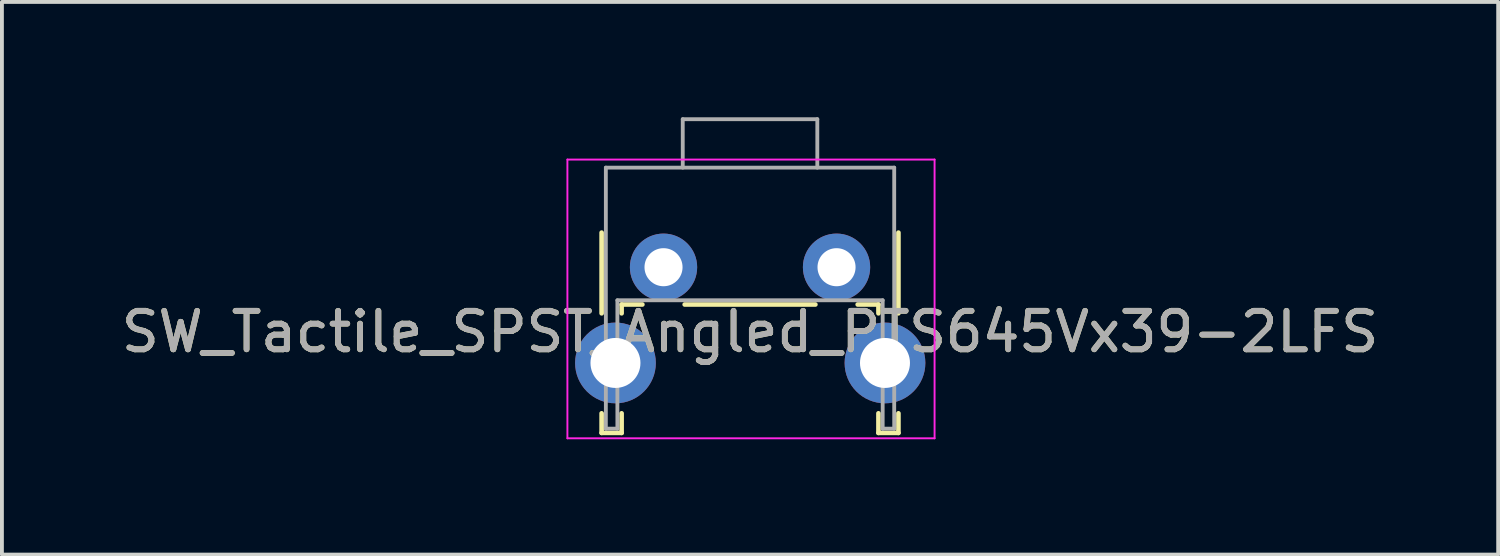
<source format=kicad_pcb>
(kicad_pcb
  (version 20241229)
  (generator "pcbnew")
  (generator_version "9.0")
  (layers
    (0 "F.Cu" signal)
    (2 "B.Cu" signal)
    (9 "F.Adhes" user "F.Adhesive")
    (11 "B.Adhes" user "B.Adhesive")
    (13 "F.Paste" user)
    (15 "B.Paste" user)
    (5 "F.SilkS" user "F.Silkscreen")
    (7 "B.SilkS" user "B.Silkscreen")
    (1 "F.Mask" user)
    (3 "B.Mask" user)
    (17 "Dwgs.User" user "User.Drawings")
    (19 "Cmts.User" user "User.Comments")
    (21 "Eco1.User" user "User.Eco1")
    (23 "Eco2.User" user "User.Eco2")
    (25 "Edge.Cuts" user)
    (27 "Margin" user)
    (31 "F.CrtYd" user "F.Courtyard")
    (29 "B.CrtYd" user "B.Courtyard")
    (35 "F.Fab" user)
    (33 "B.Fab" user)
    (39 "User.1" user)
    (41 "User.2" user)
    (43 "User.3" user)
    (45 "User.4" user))
  (footprint "SW_Tactile_SPST_Angled_PTS645Vx39-2LFS"
    (layer "F.Cu")
    (at 14.208 3.9)
    (property "Reference" "SW_Tactile_SPST_Angled_PTS645Vx39-2LFS" (at 2.25 1.68 0) (layer "F.SilkS") (effects (font (size 1 1) (thickness 0.15))))
    (attr through_hole)
    (fp_line (start -1.61 -0.9) (end -1.61 1.2) (stroke (width 0.12) (type solid)) (layer "F.SilkS"))
    (fp_line (start -1.61 3.8) (end -1.61 4.31) (stroke (width 0.12) (type solid)) (layer "F.SilkS"))
    (fp_line (start -1.61 4.31) (end -1.09 4.31) (stroke (width 0.12) (type solid)) (layer "F.SilkS"))
    (fp_line (start -1.09 3.8) (end -1.09 4.31) (stroke (width 0.12) (type solid)) (layer "F.SilkS"))
    (fp_line (start -1.09 0.97) (end -1.09 1.2) (stroke (width 0.12) (type solid)) (layer "F.SilkS"))
    (fp_line (start -1.09 0.97) (end -0.55 0.97) (stroke (width 0.12) (type solid)) (layer "F.SilkS"))
    (fp_line (start 0.55 0.97) (end 3.95 0.97) (stroke (width 0.12) (type solid)) (layer "F.SilkS"))
    (fp_line (start 5.05 0.97) (end 5.59 0.97) (stroke (width 0.12) (type solid)) (layer "F.SilkS"))
    (fp_line (start 5.59 0.97) (end 5.59 1.2) (stroke (width 0.12) (type solid)) (layer "F.SilkS"))
    (fp_line (start 5.59 4.31) (end 6.11 4.31) (stroke (width 0.12) (type solid)) (layer "F.SilkS"))
    (fp_line (start 5.59 3.8) (end 5.59 4.31) (stroke (width 0.12) (type solid)) (layer "F.SilkS"))
    (fp_line (start 6.11 3.8) (end 6.11 4.31) (stroke (width 0.12) (type solid)) (layer "F.SilkS"))
    (fp_line (start 6.11 -0.9) (end 6.11 1.2) (stroke (width 0.12) (type solid)) (layer "F.SilkS"))
    (fp_line (start -2.5 -2.8) (end 7.05 -2.8) (stroke (width 0.05) (type solid)) (layer "F.CrtYd"))
    (fp_line (start -2.5 4.45) (end -2.5 -2.8) (stroke (width 0.05) (type solid)) (layer "F.CrtYd"))
    (fp_line (start 7.05 4.45) (end -2.5 4.45) (stroke (width 0.05) (type solid)) (layer "F.CrtYd"))
    (fp_line (start 7.05 -2.8) (end 7.05 4.45) (stroke (width 0.05) (type solid)) (layer "F.CrtYd"))
    (fp_line (start -1.5 -2.59) (end 6 -2.59) (stroke (width 0.1) (type solid)) (layer "F.Fab"))
    (fp_line (start -1.5 4.2) (end -1.5 -2.59) (stroke (width 0.1) (type solid)) (layer "F.Fab"))
    (fp_line (start -1.5 4.2) (end -1.2 4.2) (stroke (width 0.1) (type solid)) (layer "F.Fab"))
    (fp_line (start -1.2 4.2) (end -1.2 0.86) (stroke (width 0.1) (type solid)) (layer "F.Fab"))
    (fp_line (start -1.2 0.86) (end 5.7 0.86) (stroke (width 0.1) (type solid)) (layer "F.Fab"))
    (fp_line (start 0.5 -3.85) (end 0.5 -2.59) (stroke (width 0.1) (type solid)) (layer "F.Fab"))
    (fp_line (start 0.5 -3.85) (end 4 -3.85) (stroke (width 0.1) (type solid)) (layer "F.Fab"))
    (fp_line (start 4 -3.85) (end 4 -2.59) (stroke (width 0.1) (type solid)) (layer "F.Fab"))
    (fp_line (start 5.7 4.2) (end 5.7 0.86) (stroke (width 0.1) (type solid)) (layer "F.Fab"))
    (fp_line (start 5.7 4.2) (end 6 4.2) (stroke (width 0.1) (type solid)) (layer "F.Fab"))
    (fp_line (start 6 4.2) (end 6 -2.59) (stroke (width 0.1) (type solid)) (layer "F.Fab"))
    (fp_text user "${REFERENCE}" (at 2.25 1.68 0) (layer "F.Fab") (effects (font (size 1 1) (thickness 0.15))))
    (pad "" thru_hole circle (at -1.25 2.49) (size 2.1 2.1) (drill 1.3) (layers "*.Cu" "*.Mask"))
    (pad "" thru_hole circle (at 5.76 2.49) (size 2.1 2.1) (drill 1.3) (layers "*.Cu" "*.Mask"))
    (pad "1" thru_hole circle (at 0 0) (size 1.75 1.75) (drill 0.99) (layers "*.Cu" "*.Mask"))
    (pad "2" thru_hole circle (at 4.5 -0.000001) (size 1.75 1.75) (drill 0.99) (layers "*.Cu" "*.Mask")))
  (gr_rect
    (start -3 -3)
    (end 35.917 11.375)
    (stroke (width 0.1) (type default))
    (fill no)
    (layer "Edge.Cuts")))
</source>
